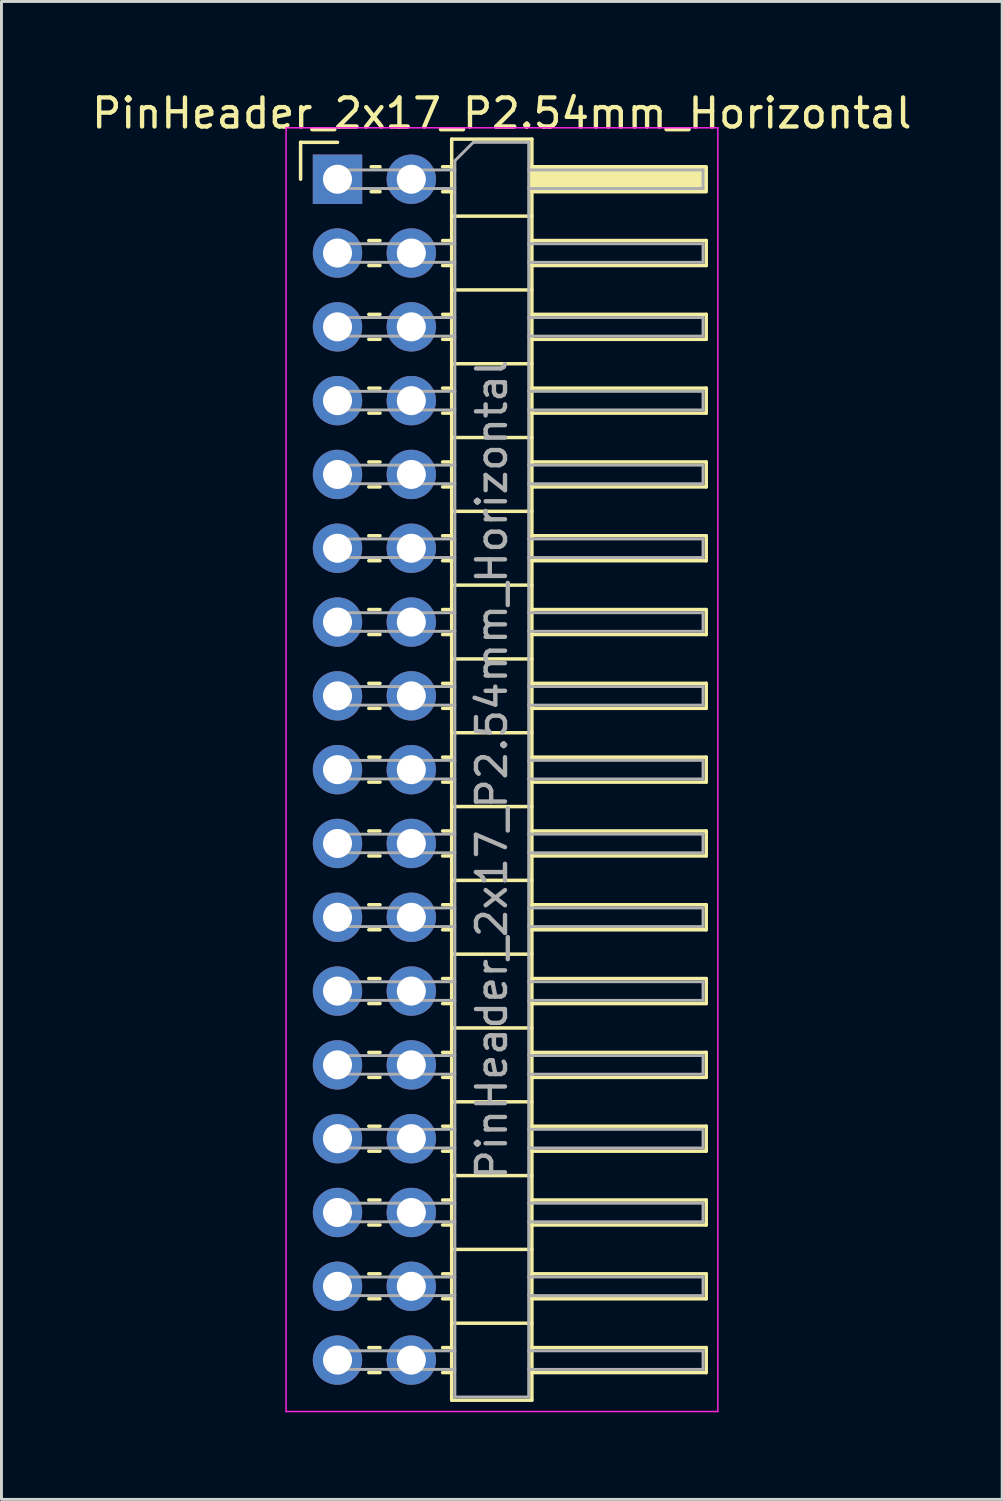
<source format=kicad_pcb>
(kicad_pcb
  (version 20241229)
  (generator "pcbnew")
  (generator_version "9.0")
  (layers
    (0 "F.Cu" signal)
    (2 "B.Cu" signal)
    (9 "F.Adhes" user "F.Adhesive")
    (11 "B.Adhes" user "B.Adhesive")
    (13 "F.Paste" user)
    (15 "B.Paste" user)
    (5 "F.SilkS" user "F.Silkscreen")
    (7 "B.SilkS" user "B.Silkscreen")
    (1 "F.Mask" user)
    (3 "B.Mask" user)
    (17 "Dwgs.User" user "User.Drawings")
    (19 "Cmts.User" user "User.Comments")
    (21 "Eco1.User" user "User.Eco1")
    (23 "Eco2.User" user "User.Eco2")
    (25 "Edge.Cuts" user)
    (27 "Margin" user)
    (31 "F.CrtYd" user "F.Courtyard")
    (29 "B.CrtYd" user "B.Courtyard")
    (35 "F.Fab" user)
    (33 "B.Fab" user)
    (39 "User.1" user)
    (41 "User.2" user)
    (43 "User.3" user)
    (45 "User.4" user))
  (footprint "PinHeader_2x17_P2.54mm_Horizontal"
    (layer "F.Cu")
    (at 8.565 3.118)
    (property "Reference" "PinHeader_2x17_P2.54mm_Horizontal" (at 5.655 -2.27 0) (layer "F.SilkS") (effects (font (size 1 1) (thickness 0.15))))
    (attr through_hole)
    (fp_line (start -1.27 -1.27) (end 0 -1.27) (stroke (width 0.12) (type solid)) (layer "F.SilkS"))
    (fp_line (start -1.27 0) (end -1.27 -1.27) (stroke (width 0.12) (type solid)) (layer "F.SilkS"))
    (fp_line (start 1.077 2.11) (end 1.463 2.11) (stroke (width 0.12) (type solid)) (layer "F.SilkS"))
    (fp_line (start 1.077 2.97) (end 1.463 2.97) (stroke (width 0.12) (type solid)) (layer "F.SilkS"))
    (fp_line (start 1.077 4.65) (end 1.463 4.65) (stroke (width 0.12) (type solid)) (layer "F.SilkS"))
    (fp_line (start 1.077 5.51) (end 1.463 5.51) (stroke (width 0.12) (type solid)) (layer "F.SilkS"))
    (fp_line (start 1.077 7.19) (end 1.463 7.19) (stroke (width 0.12) (type solid)) (layer "F.SilkS"))
    (fp_line (start 1.077 8.05) (end 1.463 8.05) (stroke (width 0.12) (type solid)) (layer "F.SilkS"))
    (fp_line (start 1.077 9.73) (end 1.463 9.73) (stroke (width 0.12) (type solid)) (layer "F.SilkS"))
    (fp_line (start 1.077 10.59) (end 1.463 10.59) (stroke (width 0.12) (type solid)) (layer "F.SilkS"))
    (fp_line (start 1.077 12.27) (end 1.463 12.27) (stroke (width 0.12) (type solid)) (layer "F.SilkS"))
    (fp_line (start 1.077 13.13) (end 1.463 13.13) (stroke (width 0.12) (type solid)) (layer "F.SilkS"))
    (fp_line (start 1.077 14.81) (end 1.463 14.81) (stroke (width 0.12) (type solid)) (layer "F.SilkS"))
    (fp_line (start 1.077 15.67) (end 1.463 15.67) (stroke (width 0.12) (type solid)) (layer "F.SilkS"))
    (fp_line (start 1.077 17.35) (end 1.463 17.35) (stroke (width 0.12) (type solid)) (layer "F.SilkS"))
    (fp_line (start 1.077 18.21) (end 1.463 18.21) (stroke (width 0.12) (type solid)) (layer "F.SilkS"))
    (fp_line (start 1.077 19.89) (end 1.463 19.89) (stroke (width 0.12) (type solid)) (layer "F.SilkS"))
    (fp_line (start 1.077 20.75) (end 1.463 20.75) (stroke (width 0.12) (type solid)) (layer "F.SilkS"))
    (fp_line (start 1.077 22.43) (end 1.463 22.43) (stroke (width 0.12) (type solid)) (layer "F.SilkS"))
    (fp_line (start 1.077 23.29) (end 1.463 23.29) (stroke (width 0.12) (type solid)) (layer "F.SilkS"))
    (fp_line (start 1.077 24.97) (end 1.463 24.97) (stroke (width 0.12) (type solid)) (layer "F.SilkS"))
    (fp_line (start 1.077 25.83) (end 1.463 25.83) (stroke (width 0.12) (type solid)) (layer "F.SilkS"))
    (fp_line (start 1.077 27.51) (end 1.463 27.51) (stroke (width 0.12) (type solid)) (layer "F.SilkS"))
    (fp_line (start 1.077 28.37) (end 1.463 28.37) (stroke (width 0.12) (type solid)) (layer "F.SilkS"))
    (fp_line (start 1.077 30.05) (end 1.463 30.05) (stroke (width 0.12) (type solid)) (layer "F.SilkS"))
    (fp_line (start 1.077 30.91) (end 1.463 30.91) (stroke (width 0.12) (type solid)) (layer "F.SilkS"))
    (fp_line (start 1.077 32.59) (end 1.463 32.59) (stroke (width 0.12) (type solid)) (layer "F.SilkS"))
    (fp_line (start 1.077 33.45) (end 1.463 33.45) (stroke (width 0.12) (type solid)) (layer "F.SilkS"))
    (fp_line (start 1.077 35.13) (end 1.463 35.13) (stroke (width 0.12) (type solid)) (layer "F.SilkS"))
    (fp_line (start 1.077 35.99) (end 1.463 35.99) (stroke (width 0.12) (type solid)) (layer "F.SilkS"))
    (fp_line (start 1.077 37.67) (end 1.463 37.67) (stroke (width 0.12) (type solid)) (layer "F.SilkS"))
    (fp_line (start 1.077 38.53) (end 1.463 38.53) (stroke (width 0.12) (type solid)) (layer "F.SilkS"))
    (fp_line (start 1.077 40.21) (end 1.463 40.21) (stroke (width 0.12) (type solid)) (layer "F.SilkS"))
    (fp_line (start 1.077 41.07) (end 1.463 41.07) (stroke (width 0.12) (type solid)) (layer "F.SilkS"))
    (fp_line (start 1.16 -0.43) (end 1.463 -0.43) (stroke (width 0.12) (type solid)) (layer "F.SilkS"))
    (fp_line (start 1.16 0.43) (end 1.463 0.43) (stroke (width 0.12) (type solid)) (layer "F.SilkS"))
    (fp_line (start 3.617 -0.43) (end 3.93 -0.43) (stroke (width 0.12) (type solid)) (layer "F.SilkS"))
    (fp_line (start 3.617 0.43) (end 3.93 0.43) (stroke (width 0.12) (type solid)) (layer "F.SilkS"))
    (fp_line (start 3.617 2.11) (end 3.93 2.11) (stroke (width 0.12) (type solid)) (layer "F.SilkS"))
    (fp_line (start 3.617 2.97) (end 3.93 2.97) (stroke (width 0.12) (type solid)) (layer "F.SilkS"))
    (fp_line (start 3.617 4.65) (end 3.93 4.65) (stroke (width 0.12) (type solid)) (layer "F.SilkS"))
    (fp_line (start 3.617 5.51) (end 3.93 5.51) (stroke (width 0.12) (type solid)) (layer "F.SilkS"))
    (fp_line (start 3.617 7.19) (end 3.93 7.19) (stroke (width 0.12) (type solid)) (layer "F.SilkS"))
    (fp_line (start 3.617 8.05) (end 3.93 8.05) (stroke (width 0.12) (type solid)) (layer "F.SilkS"))
    (fp_line (start 3.617 9.73) (end 3.93 9.73) (stroke (width 0.12) (type solid)) (layer "F.SilkS"))
    (fp_line (start 3.617 10.59) (end 3.93 10.59) (stroke (width 0.12) (type solid)) (layer "F.SilkS"))
    (fp_line (start 3.617 12.27) (end 3.93 12.27) (stroke (width 0.12) (type solid)) (layer "F.SilkS"))
    (fp_line (start 3.617 13.13) (end 3.93 13.13) (stroke (width 0.12) (type solid)) (layer "F.SilkS"))
    (fp_line (start 3.617 14.81) (end 3.93 14.81) (stroke (width 0.12) (type solid)) (layer "F.SilkS"))
    (fp_line (start 3.617 15.67) (end 3.93 15.67) (stroke (width 0.12) (type solid)) (layer "F.SilkS"))
    (fp_line (start 3.617 17.35) (end 3.93 17.35) (stroke (width 0.12) (type solid)) (layer "F.SilkS"))
    (fp_line (start 3.617 18.21) (end 3.93 18.21) (stroke (width 0.12) (type solid)) (layer "F.SilkS"))
    (fp_line (start 3.617 19.89) (end 3.93 19.89) (stroke (width 0.12) (type solid)) (layer "F.SilkS"))
    (fp_line (start 3.617 20.75) (end 3.93 20.75) (stroke (width 0.12) (type solid)) (layer "F.SilkS"))
    (fp_line (start 3.617 22.43) (end 3.93 22.43) (stroke (width 0.12) (type solid)) (layer "F.SilkS"))
    (fp_line (start 3.617 23.29) (end 3.93 23.29) (stroke (width 0.12) (type solid)) (layer "F.SilkS"))
    (fp_line (start 3.617 24.97) (end 3.93 24.97) (stroke (width 0.12) (type solid)) (layer "F.SilkS"))
    (fp_line (start 3.617 25.83) (end 3.93 25.83) (stroke (width 0.12) (type solid)) (layer "F.SilkS"))
    (fp_line (start 3.617 27.51) (end 3.93 27.51) (stroke (width 0.12) (type solid)) (layer "F.SilkS"))
    (fp_line (start 3.617 28.37) (end 3.93 28.37) (stroke (width 0.12) (type solid)) (layer "F.SilkS"))
    (fp_line (start 3.617 30.05) (end 3.93 30.05) (stroke (width 0.12) (type solid)) (layer "F.SilkS"))
    (fp_line (start 3.617 30.91) (end 3.93 30.91) (stroke (width 0.12) (type solid)) (layer "F.SilkS"))
    (fp_line (start 3.617 32.59) (end 3.93 32.59) (stroke (width 0.12) (type solid)) (layer "F.SilkS"))
    (fp_line (start 3.617 33.45) (end 3.93 33.45) (stroke (width 0.12) (type solid)) (layer "F.SilkS"))
    (fp_line (start 3.617 35.13) (end 3.93 35.13) (stroke (width 0.12) (type solid)) (layer "F.SilkS"))
    (fp_line (start 3.617 35.99) (end 3.93 35.99) (stroke (width 0.12) (type solid)) (layer "F.SilkS"))
    (fp_line (start 3.617 37.67) (end 3.93 37.67) (stroke (width 0.12) (type solid)) (layer "F.SilkS"))
    (fp_line (start 3.617 38.53) (end 3.93 38.53) (stroke (width 0.12) (type solid)) (layer "F.SilkS"))
    (fp_line (start 3.617 40.21) (end 3.93 40.21) (stroke (width 0.12) (type solid)) (layer "F.SilkS"))
    (fp_line (start 3.617 41.07) (end 3.93 41.07) (stroke (width 0.12) (type solid)) (layer "F.SilkS"))
    (fp_line (start 3.93 -1.38) (end 3.93 42.02) (stroke (width 0.12) (type solid)) (layer "F.SilkS"))
    (fp_line (start 3.93 1.27) (end 6.69 1.27) (stroke (width 0.12) (type solid)) (layer "F.SilkS"))
    (fp_line (start 3.93 3.81) (end 6.69 3.81) (stroke (width 0.12) (type solid)) (layer "F.SilkS"))
    (fp_line (start 3.93 6.35) (end 6.69 6.35) (stroke (width 0.12) (type solid)) (layer "F.SilkS"))
    (fp_line (start 3.93 8.89) (end 6.69 8.89) (stroke (width 0.12) (type solid)) (layer "F.SilkS"))
    (fp_line (start 3.93 11.43) (end 6.69 11.43) (stroke (width 0.12) (type solid)) (layer "F.SilkS"))
    (fp_line (start 3.93 13.97) (end 6.69 13.97) (stroke (width 0.12) (type solid)) (layer "F.SilkS"))
    (fp_line (start 3.93 16.51) (end 6.69 16.51) (stroke (width 0.12) (type solid)) (layer "F.SilkS"))
    (fp_line (start 3.93 19.05) (end 6.69 19.05) (stroke (width 0.12) (type solid)) (layer "F.SilkS"))
    (fp_line (start 3.93 21.59) (end 6.69 21.59) (stroke (width 0.12) (type solid)) (layer "F.SilkS"))
    (fp_line (start 3.93 24.13) (end 6.69 24.13) (stroke (width 0.12) (type solid)) (layer "F.SilkS"))
    (fp_line (start 3.93 26.67) (end 6.69 26.67) (stroke (width 0.12) (type solid)) (layer "F.SilkS"))
    (fp_line (start 3.93 29.21) (end 6.69 29.21) (stroke (width 0.12) (type solid)) (layer "F.SilkS"))
    (fp_line (start 3.93 31.75) (end 6.69 31.75) (stroke (width 0.12) (type solid)) (layer "F.SilkS"))
    (fp_line (start 3.93 34.29) (end 6.69 34.29) (stroke (width 0.12) (type solid)) (layer "F.SilkS"))
    (fp_line (start 3.93 36.83) (end 6.69 36.83) (stroke (width 0.12) (type solid)) (layer "F.SilkS"))
    (fp_line (start 3.93 39.37) (end 6.69 39.37) (stroke (width 0.12) (type solid)) (layer "F.SilkS"))
    (fp_line (start 3.93 42.02) (end 6.69 42.02) (stroke (width 0.12) (type solid)) (layer "F.SilkS"))
    (fp_line (start 6.69 -1.38) (end 3.93 -1.38) (stroke (width 0.12) (type solid)) (layer "F.SilkS"))
    (fp_line (start 6.69 2.11) (end 12.69 2.11) (stroke (width 0.12) (type solid)) (layer "F.SilkS"))
    (fp_line (start 6.69 4.65) (end 12.69 4.65) (stroke (width 0.12) (type solid)) (layer "F.SilkS"))
    (fp_line (start 6.69 7.19) (end 12.69 7.19) (stroke (width 0.12) (type solid)) (layer "F.SilkS"))
    (fp_line (start 6.69 9.73) (end 12.69 9.73) (stroke (width 0.12) (type solid)) (layer "F.SilkS"))
    (fp_line (start 6.69 12.27) (end 12.69 12.27) (stroke (width 0.12) (type solid)) (layer "F.SilkS"))
    (fp_line (start 6.69 14.81) (end 12.69 14.81) (stroke (width 0.12) (type solid)) (layer "F.SilkS"))
    (fp_line (start 6.69 17.35) (end 12.69 17.35) (stroke (width 0.12) (type solid)) (layer "F.SilkS"))
    (fp_line (start 6.69 19.89) (end 12.69 19.89) (stroke (width 0.12) (type solid)) (layer "F.SilkS"))
    (fp_line (start 6.69 22.43) (end 12.69 22.43) (stroke (width 0.12) (type solid)) (layer "F.SilkS"))
    (fp_line (start 6.69 24.97) (end 12.69 24.97) (stroke (width 0.12) (type solid)) (layer "F.SilkS"))
    (fp_line (start 6.69 27.51) (end 12.69 27.51) (stroke (width 0.12) (type solid)) (layer "F.SilkS"))
    (fp_line (start 6.69 30.05) (end 12.69 30.05) (stroke (width 0.12) (type solid)) (layer "F.SilkS"))
    (fp_line (start 6.69 32.59) (end 12.69 32.59) (stroke (width 0.12) (type solid)) (layer "F.SilkS"))
    (fp_line (start 6.69 35.13) (end 12.69 35.13) (stroke (width 0.12) (type solid)) (layer "F.SilkS"))
    (fp_line (start 6.69 37.67) (end 12.69 37.67) (stroke (width 0.12) (type solid)) (layer "F.SilkS"))
    (fp_line (start 6.69 40.21) (end 12.69 40.21) (stroke (width 0.12) (type solid)) (layer "F.SilkS"))
    (fp_line (start 6.69 42.02) (end 6.69 -1.38) (stroke (width 0.12) (type solid)) (layer "F.SilkS"))
    (fp_line (start 12.69 2.11) (end 12.69 2.97) (stroke (width 0.12) (type solid)) (layer "F.SilkS"))
    (fp_line (start 12.69 2.97) (end 6.69 2.97) (stroke (width 0.12) (type solid)) (layer "F.SilkS"))
    (fp_line (start 12.69 4.65) (end 12.69 5.51) (stroke (width 0.12) (type solid)) (layer "F.SilkS"))
    (fp_line (start 12.69 5.51) (end 6.69 5.51) (stroke (width 0.12) (type solid)) (layer "F.SilkS"))
    (fp_line (start 12.69 7.19) (end 12.69 8.05) (stroke (width 0.12) (type solid)) (layer "F.SilkS"))
    (fp_line (start 12.69 8.05) (end 6.69 8.05) (stroke (width 0.12) (type solid)) (layer "F.SilkS"))
    (fp_line (start 12.69 9.73) (end 12.69 10.59) (stroke (width 0.12) (type solid)) (layer "F.SilkS"))
    (fp_line (start 12.69 10.59) (end 6.69 10.59) (stroke (width 0.12) (type solid)) (layer "F.SilkS"))
    (fp_line (start 12.69 12.27) (end 12.69 13.13) (stroke (width 0.12) (type solid)) (layer "F.SilkS"))
    (fp_line (start 12.69 13.13) (end 6.69 13.13) (stroke (width 0.12) (type solid)) (layer "F.SilkS"))
    (fp_line (start 12.69 14.81) (end 12.69 15.67) (stroke (width 0.12) (type solid)) (layer "F.SilkS"))
    (fp_line (start 12.69 15.67) (end 6.69 15.67) (stroke (width 0.12) (type solid)) (layer "F.SilkS"))
    (fp_line (start 12.69 17.35) (end 12.69 18.21) (stroke (width 0.12) (type solid)) (layer "F.SilkS"))
    (fp_line (start 12.69 18.21) (end 6.69 18.21) (stroke (width 0.12) (type solid)) (layer "F.SilkS"))
    (fp_line (start 12.69 19.89) (end 12.69 20.75) (stroke (width 0.12) (type solid)) (layer "F.SilkS"))
    (fp_line (start 12.69 20.75) (end 6.69 20.75) (stroke (width 0.12) (type solid)) (layer "F.SilkS"))
    (fp_line (start 12.69 22.43) (end 12.69 23.29) (stroke (width 0.12) (type solid)) (layer "F.SilkS"))
    (fp_line (start 12.69 23.29) (end 6.69 23.29) (stroke (width 0.12) (type solid)) (layer "F.SilkS"))
    (fp_line (start 12.69 24.97) (end 12.69 25.83) (stroke (width 0.12) (type solid)) (layer "F.SilkS"))
    (fp_line (start 12.69 25.83) (end 6.69 25.83) (stroke (width 0.12) (type solid)) (layer "F.SilkS"))
    (fp_line (start 12.69 27.51) (end 12.69 28.37) (stroke (width 0.12) (type solid)) (layer "F.SilkS"))
    (fp_line (start 12.69 28.37) (end 6.69 28.37) (stroke (width 0.12) (type solid)) (layer "F.SilkS"))
    (fp_line (start 12.69 30.05) (end 12.69 30.91) (stroke (width 0.12) (type solid)) (layer "F.SilkS"))
    (fp_line (start 12.69 30.91) (end 6.69 30.91) (stroke (width 0.12) (type solid)) (layer "F.SilkS"))
    (fp_line (start 12.69 32.59) (end 12.69 33.45) (stroke (width 0.12) (type solid)) (layer "F.SilkS"))
    (fp_line (start 12.69 33.45) (end 6.69 33.45) (stroke (width 0.12) (type solid)) (layer "F.SilkS"))
    (fp_line (start 12.69 35.13) (end 12.69 35.99) (stroke (width 0.12) (type solid)) (layer "F.SilkS"))
    (fp_line (start 12.69 35.99) (end 6.69 35.99) (stroke (width 0.12) (type solid)) (layer "F.SilkS"))
    (fp_line (start 12.69 37.67) (end 12.69 38.53) (stroke (width 0.12) (type solid)) (layer "F.SilkS"))
    (fp_line (start 12.69 38.53) (end 6.69 38.53) (stroke (width 0.12) (type solid)) (layer "F.SilkS"))
    (fp_line (start 12.69 40.21) (end 12.69 41.07) (stroke (width 0.12) (type solid)) (layer "F.SilkS"))
    (fp_line (start 12.69 41.07) (end 6.69 41.07) (stroke (width 0.12) (type solid)) (layer "F.SilkS"))
    (fp_rect (start 6.69 -0.43) (end 12.69 0.43) (stroke (width 0.12) (type solid)) (fill yes) (layer "F.SilkS"))
    (fp_line (start -1.77 -1.77) (end -1.77 42.41) (stroke (width 0.05) (type solid)) (layer "F.CrtYd"))
    (fp_line (start -1.77 42.41) (end 13.09 42.41) (stroke (width 0.05) (type solid)) (layer "F.CrtYd"))
    (fp_line (start 13.09 -1.77) (end -1.77 -1.77) (stroke (width 0.05) (type solid)) (layer "F.CrtYd"))
    (fp_line (start 13.09 42.41) (end 13.09 -1.77) (stroke (width 0.05) (type solid)) (layer "F.CrtYd"))
    (fp_line (start -0.32 -0.32) (end -0.32 0.32) (stroke (width 0.1) (type solid)) (layer "F.Fab"))
    (fp_line (start -0.32 -0.32) (end 4.04 -0.32) (stroke (width 0.1) (type solid)) (layer "F.Fab"))
    (fp_line (start -0.32 0.32) (end 4.04 0.32) (stroke (width 0.1) (type solid)) (layer "F.Fab"))
    (fp_line (start -0.32 2.22) (end -0.32 2.86) (stroke (width 0.1) (type solid)) (layer "F.Fab"))
    (fp_line (start -0.32 2.22) (end 4.04 2.22) (stroke (width 0.1) (type solid)) (layer "F.Fab"))
    (fp_line (start -0.32 2.86) (end 4.04 2.86) (stroke (width 0.1) (type solid)) (layer "F.Fab"))
    (fp_line (start -0.32 4.76) (end -0.32 5.4) (stroke (width 0.1) (type solid)) (layer "F.Fab"))
    (fp_line (start -0.32 4.76) (end 4.04 4.76) (stroke (width 0.1) (type solid)) (layer "F.Fab"))
    (fp_line (start -0.32 5.4) (end 4.04 5.4) (stroke (width 0.1) (type solid)) (layer "F.Fab"))
    (fp_line (start -0.32 7.3) (end -0.32 7.94) (stroke (width 0.1) (type solid)) (layer "F.Fab"))
    (fp_line (start -0.32 7.3) (end 4.04 7.3) (stroke (width 0.1) (type solid)) (layer "F.Fab"))
    (fp_line (start -0.32 7.94) (end 4.04 7.94) (stroke (width 0.1) (type solid)) (layer "F.Fab"))
    (fp_line (start -0.32 9.84) (end -0.32 10.48) (stroke (width 0.1) (type solid)) (layer "F.Fab"))
    (fp_line (start -0.32 9.84) (end 4.04 9.84) (stroke (width 0.1) (type solid)) (layer "F.Fab"))
    (fp_line (start -0.32 10.48) (end 4.04 10.48) (stroke (width 0.1) (type solid)) (layer "F.Fab"))
    (fp_line (start -0.32 12.38) (end -0.32 13.02) (stroke (width 0.1) (type solid)) (layer "F.Fab"))
    (fp_line (start -0.32 12.38) (end 4.04 12.38) (stroke (width 0.1) (type solid)) (layer "F.Fab"))
    (fp_line (start -0.32 13.02) (end 4.04 13.02) (stroke (width 0.1) (type solid)) (layer "F.Fab"))
    (fp_line (start -0.32 14.92) (end -0.32 15.56) (stroke (width 0.1) (type solid)) (layer "F.Fab"))
    (fp_line (start -0.32 14.92) (end 4.04 14.92) (stroke (width 0.1) (type solid)) (layer "F.Fab"))
    (fp_line (start -0.32 15.56) (end 4.04 15.56) (stroke (width 0.1) (type solid)) (layer "F.Fab"))
    (fp_line (start -0.32 17.46) (end -0.32 18.1) (stroke (width 0.1) (type solid)) (layer "F.Fab"))
    (fp_line (start -0.32 17.46) (end 4.04 17.46) (stroke (width 0.1) (type solid)) (layer "F.Fab"))
    (fp_line (start -0.32 18.1) (end 4.04 18.1) (stroke (width 0.1) (type solid)) (layer "F.Fab"))
    (fp_line (start -0.32 20) (end -0.32 20.64) (stroke (width 0.1) (type solid)) (layer "F.Fab"))
    (fp_line (start -0.32 20) (end 4.04 20) (stroke (width 0.1) (type solid)) (layer "F.Fab"))
    (fp_line (start -0.32 20.64) (end 4.04 20.64) (stroke (width 0.1) (type solid)) (layer "F.Fab"))
    (fp_line (start -0.32 22.54) (end -0.32 23.18) (stroke (width 0.1) (type solid)) (layer "F.Fab"))
    (fp_line (start -0.32 22.54) (end 4.04 22.54) (stroke (width 0.1) (type solid)) (layer "F.Fab"))
    (fp_line (start -0.32 23.18) (end 4.04 23.18) (stroke (width 0.1) (type solid)) (layer "F.Fab"))
    (fp_line (start -0.32 25.08) (end -0.32 25.72) (stroke (width 0.1) (type solid)) (layer "F.Fab"))
    (fp_line (start -0.32 25.08) (end 4.04 25.08) (stroke (width 0.1) (type solid)) (layer "F.Fab"))
    (fp_line (start -0.32 25.72) (end 4.04 25.72) (stroke (width 0.1) (type solid)) (layer "F.Fab"))
    (fp_line (start -0.32 27.62) (end -0.32 28.26) (stroke (width 0.1) (type solid)) (layer "F.Fab"))
    (fp_line (start -0.32 27.62) (end 4.04 27.62) (stroke (width 0.1) (type solid)) (layer "F.Fab"))
    (fp_line (start -0.32 28.26) (end 4.04 28.26) (stroke (width 0.1) (type solid)) (layer "F.Fab"))
    (fp_line (start -0.32 30.16) (end -0.32 30.8) (stroke (width 0.1) (type solid)) (layer "F.Fab"))
    (fp_line (start -0.32 30.16) (end 4.04 30.16) (stroke (width 0.1) (type solid)) (layer "F.Fab"))
    (fp_line (start -0.32 30.8) (end 4.04 30.8) (stroke (width 0.1) (type solid)) (layer "F.Fab"))
    (fp_line (start -0.32 32.7) (end -0.32 33.34) (stroke (width 0.1) (type solid)) (layer "F.Fab"))
    (fp_line (start -0.32 32.7) (end 4.04 32.7) (stroke (width 0.1) (type solid)) (layer "F.Fab"))
    (fp_line (start -0.32 33.34) (end 4.04 33.34) (stroke (width 0.1) (type solid)) (layer "F.Fab"))
    (fp_line (start -0.32 35.24) (end -0.32 35.88) (stroke (width 0.1) (type solid)) (layer "F.Fab"))
    (fp_line (start -0.32 35.24) (end 4.04 35.24) (stroke (width 0.1) (type solid)) (layer "F.Fab"))
    (fp_line (start -0.32 35.88) (end 4.04 35.88) (stroke (width 0.1) (type solid)) (layer "F.Fab"))
    (fp_line (start -0.32 37.78) (end -0.32 38.42) (stroke (width 0.1) (type solid)) (layer "F.Fab"))
    (fp_line (start -0.32 37.78) (end 4.04 37.78) (stroke (width 0.1) (type solid)) (layer "F.Fab"))
    (fp_line (start -0.32 38.42) (end 4.04 38.42) (stroke (width 0.1) (type solid)) (layer "F.Fab"))
    (fp_line (start -0.32 40.32) (end -0.32 40.96) (stroke (width 0.1) (type solid)) (layer "F.Fab"))
    (fp_line (start -0.32 40.32) (end 4.04 40.32) (stroke (width 0.1) (type solid)) (layer "F.Fab"))
    (fp_line (start -0.32 40.96) (end 4.04 40.96) (stroke (width 0.1) (type solid)) (layer "F.Fab"))
    (fp_line (start 4.04 -0.635) (end 4.675 -1.27) (stroke (width 0.1) (type solid)) (layer "F.Fab"))
    (fp_line (start 4.04 41.91) (end 4.04 -0.635) (stroke (width 0.1) (type solid)) (layer "F.Fab"))
    (fp_line (start 4.675 -1.27) (end 6.58 -1.27) (stroke (width 0.1) (type solid)) (layer "F.Fab"))
    (fp_line (start 6.58 -1.27) (end 6.58 41.91) (stroke (width 0.1) (type solid)) (layer "F.Fab"))
    (fp_line (start 6.58 -0.32) (end 12.58 -0.32) (stroke (width 0.1) (type solid)) (layer "F.Fab"))
    (fp_line (start 6.58 0.32) (end 12.58 0.32) (stroke (width 0.1) (type solid)) (layer "F.Fab"))
    (fp_line (start 6.58 2.22) (end 12.58 2.22) (stroke (width 0.1) (type solid)) (layer "F.Fab"))
    (fp_line (start 6.58 2.86) (end 12.58 2.86) (stroke (width 0.1) (type solid)) (layer "F.Fab"))
    (fp_line (start 6.58 4.76) (end 12.58 4.76) (stroke (width 0.1) (type solid)) (layer "F.Fab"))
    (fp_line (start 6.58 5.4) (end 12.58 5.4) (stroke (width 0.1) (type solid)) (layer "F.Fab"))
    (fp_line (start 6.58 7.3) (end 12.58 7.3) (stroke (width 0.1) (type solid)) (layer "F.Fab"))
    (fp_line (start 6.58 7.94) (end 12.58 7.94) (stroke (width 0.1) (type solid)) (layer "F.Fab"))
    (fp_line (start 6.58 9.84) (end 12.58 9.84) (stroke (width 0.1) (type solid)) (layer "F.Fab"))
    (fp_line (start 6.58 10.48) (end 12.58 10.48) (stroke (width 0.1) (type solid)) (layer "F.Fab"))
    (fp_line (start 6.58 12.38) (end 12.58 12.38) (stroke (width 0.1) (type solid)) (layer "F.Fab"))
    (fp_line (start 6.58 13.02) (end 12.58 13.02) (stroke (width 0.1) (type solid)) (layer "F.Fab"))
    (fp_line (start 6.58 14.92) (end 12.58 14.92) (stroke (width 0.1) (type solid)) (layer "F.Fab"))
    (fp_line (start 6.58 15.56) (end 12.58 15.56) (stroke (width 0.1) (type solid)) (layer "F.Fab"))
    (fp_line (start 6.58 17.46) (end 12.58 17.46) (stroke (width 0.1) (type solid)) (layer "F.Fab"))
    (fp_line (start 6.58 18.1) (end 12.58 18.1) (stroke (width 0.1) (type solid)) (layer "F.Fab"))
    (fp_line (start 6.58 20) (end 12.58 20) (stroke (width 0.1) (type solid)) (layer "F.Fab"))
    (fp_line (start 6.58 20.64) (end 12.58 20.64) (stroke (width 0.1) (type solid)) (layer "F.Fab"))
    (fp_line (start 6.58 22.54) (end 12.58 22.54) (stroke (width 0.1) (type solid)) (layer "F.Fab"))
    (fp_line (start 6.58 23.18) (end 12.58 23.18) (stroke (width 0.1) (type solid)) (layer "F.Fab"))
    (fp_line (start 6.58 25.08) (end 12.58 25.08) (stroke (width 0.1) (type solid)) (layer "F.Fab"))
    (fp_line (start 6.58 25.72) (end 12.58 25.72) (stroke (width 0.1) (type solid)) (layer "F.Fab"))
    (fp_line (start 6.58 27.62) (end 12.58 27.62) (stroke (width 0.1) (type solid)) (layer "F.Fab"))
    (fp_line (start 6.58 28.26) (end 12.58 28.26) (stroke (width 0.1) (type solid)) (layer "F.Fab"))
    (fp_line (start 6.58 30.16) (end 12.58 30.16) (stroke (width 0.1) (type solid)) (layer "F.Fab"))
    (fp_line (start 6.58 30.8) (end 12.58 30.8) (stroke (width 0.1) (type solid)) (layer "F.Fab"))
    (fp_line (start 6.58 32.7) (end 12.58 32.7) (stroke (width 0.1) (type solid)) (layer "F.Fab"))
    (fp_line (start 6.58 33.34) (end 12.58 33.34) (stroke (width 0.1) (type solid)) (layer "F.Fab"))
    (fp_line (start 6.58 35.24) (end 12.58 35.24) (stroke (width 0.1) (type solid)) (layer "F.Fab"))
    (fp_line (start 6.58 35.88) (end 12.58 35.88) (stroke (width 0.1) (type solid)) (layer "F.Fab"))
    (fp_line (start 6.58 37.78) (end 12.58 37.78) (stroke (width 0.1) (type solid)) (layer "F.Fab"))
    (fp_line (start 6.58 38.42) (end 12.58 38.42) (stroke (width 0.1) (type solid)) (layer "F.Fab"))
    (fp_line (start 6.58 40.32) (end 12.58 40.32) (stroke (width 0.1) (type solid)) (layer "F.Fab"))
    (fp_line (start 6.58 40.96) (end 12.58 40.96) (stroke (width 0.1) (type solid)) (layer "F.Fab"))
    (fp_line (start 6.58 41.91) (end 4.04 41.91) (stroke (width 0.1) (type solid)) (layer "F.Fab"))
    (fp_line (start 12.58 -0.32) (end 12.58 0.32) (stroke (width 0.1) (type solid)) (layer "F.Fab"))
    (fp_line (start 12.58 2.22) (end 12.58 2.86) (stroke (width 0.1) (type solid)) (layer "F.Fab"))
    (fp_line (start 12.58 4.76) (end 12.58 5.4) (stroke (width 0.1) (type solid)) (layer "F.Fab"))
    (fp_line (start 12.58 7.3) (end 12.58 7.94) (stroke (width 0.1) (type solid)) (layer "F.Fab"))
    (fp_line (start 12.58 9.84) (end 12.58 10.48) (stroke (width 0.1) (type solid)) (layer "F.Fab"))
    (fp_line (start 12.58 12.38) (end 12.58 13.02) (stroke (width 0.1) (type solid)) (layer "F.Fab"))
    (fp_line (start 12.58 14.92) (end 12.58 15.56) (stroke (width 0.1) (type solid)) (layer "F.Fab"))
    (fp_line (start 12.58 17.46) (end 12.58 18.1) (stroke (width 0.1) (type solid)) (layer "F.Fab"))
    (fp_line (start 12.58 20) (end 12.58 20.64) (stroke (width 0.1) (type solid)) (layer "F.Fab"))
    (fp_line (start 12.58 22.54) (end 12.58 23.18) (stroke (width 0.1) (type solid)) (layer "F.Fab"))
    (fp_line (start 12.58 25.08) (end 12.58 25.72) (stroke (width 0.1) (type solid)) (layer "F.Fab"))
    (fp_line (start 12.58 27.62) (end 12.58 28.26) (stroke (width 0.1) (type solid)) (layer "F.Fab"))
    (fp_line (start 12.58 30.16) (end 12.58 30.8) (stroke (width 0.1) (type solid)) (layer "F.Fab"))
    (fp_line (start 12.58 32.7) (end 12.58 33.34) (stroke (width 0.1) (type solid)) (layer "F.Fab"))
    (fp_line (start 12.58 35.24) (end 12.58 35.88) (stroke (width 0.1) (type solid)) (layer "F.Fab"))
    (fp_line (start 12.58 37.78) (end 12.58 38.42) (stroke (width 0.1) (type solid)) (layer "F.Fab"))
    (fp_line (start 12.58 40.32) (end 12.58 40.96) (stroke (width 0.1) (type solid)) (layer "F.Fab"))
    (fp_text user "${REFERENCE}" (at 5.31 20.32 90) (layer "F.Fab") (effects (font (size 1 1) (thickness 0.15))))
    (pad "1" thru_hole rect (at 0 0) (size 1.7 1.7) (drill 1) (layers "*.Cu" "*.Mask"))
    (pad "2" thru_hole circle (at 2.54 0) (size 1.7 1.7) (drill 1) (layers "*.Cu" "*.Mask"))
    (pad "3" thru_hole circle (at 0 2.54) (size 1.7 1.7) (drill 1) (layers "*.Cu" "*.Mask"))
    (pad "4" thru_hole circle (at 2.54 2.54) (size 1.7 1.7) (drill 1) (layers "*.Cu" "*.Mask"))
    (pad "5" thru_hole circle (at 0 5.08) (size 1.7 1.7) (drill 1) (layers "*.Cu" "*.Mask"))
    (pad "6" thru_hole circle (at 2.54 5.08) (size 1.7 1.7) (drill 1) (layers "*.Cu" "*.Mask"))
    (pad "7" thru_hole circle (at 0 7.62) (size 1.7 1.7) (drill 1) (layers "*.Cu" "*.Mask"))
    (pad "8" thru_hole circle (at 2.54 7.62) (size 1.7 1.7) (drill 1) (layers "*.Cu" "*.Mask"))
    (pad "9" thru_hole circle (at 0 10.16) (size 1.7 1.7) (drill 1) (layers "*.Cu" "*.Mask"))
    (pad "10" thru_hole circle (at 2.54 10.16) (size 1.7 1.7) (drill 1) (layers "*.Cu" "*.Mask"))
    (pad "11" thru_hole circle (at 0 12.7) (size 1.7 1.7) (drill 1) (layers "*.Cu" "*.Mask"))
    (pad "12" thru_hole circle (at 2.54 12.7) (size 1.7 1.7) (drill 1) (layers "*.Cu" "*.Mask"))
    (pad "13" thru_hole circle (at 0 15.24) (size 1.7 1.7) (drill 1) (layers "*.Cu" "*.Mask"))
    (pad "14" thru_hole circle (at 2.54 15.24) (size 1.7 1.7) (drill 1) (layers "*.Cu" "*.Mask"))
    (pad "15" thru_hole circle (at 0 17.78) (size 1.7 1.7) (drill 1) (layers "*.Cu" "*.Mask"))
    (pad "16" thru_hole circle (at 2.54 17.78) (size 1.7 1.7) (drill 1) (layers "*.Cu" "*.Mask"))
    (pad "17" thru_hole circle (at 0 20.32) (size 1.7 1.7) (drill 1) (layers "*.Cu" "*.Mask"))
    (pad "18" thru_hole circle (at 2.54 20.32) (size 1.7 1.7) (drill 1) (layers "*.Cu" "*.Mask"))
    (pad "19" thru_hole circle (at 0 22.86) (size 1.7 1.7) (drill 1) (layers "*.Cu" "*.Mask"))
    (pad "20" thru_hole circle (at 2.54 22.86) (size 1.7 1.7) (drill 1) (layers "*.Cu" "*.Mask"))
    (pad "21" thru_hole circle (at 0 25.4) (size 1.7 1.7) (drill 1) (layers "*.Cu" "*.Mask"))
    (pad "22" thru_hole circle (at 2.54 25.4) (size 1.7 1.7) (drill 1) (layers "*.Cu" "*.Mask"))
    (pad "23" thru_hole circle (at 0 27.94) (size 1.7 1.7) (drill 1) (layers "*.Cu" "*.Mask"))
    (pad "24" thru_hole circle (at 2.54 27.94) (size 1.7 1.7) (drill 1) (layers "*.Cu" "*.Mask"))
    (pad "25" thru_hole circle (at 0 30.48) (size 1.7 1.7) (drill 1) (layers "*.Cu" "*.Mask"))
    (pad "26" thru_hole circle (at 2.54 30.48) (size 1.7 1.7) (drill 1) (layers "*.Cu" "*.Mask"))
    (pad "27" thru_hole circle (at 0 33.02) (size 1.7 1.7) (drill 1) (layers "*.Cu" "*.Mask"))
    (pad "28" thru_hole circle (at 2.54 33.02) (size 1.7 1.7) (drill 1) (layers "*.Cu" "*.Mask"))
    (pad "29" thru_hole circle (at 0 35.56) (size 1.7 1.7) (drill 1) (layers "*.Cu" "*.Mask"))
    (pad "30" thru_hole circle (at 2.54 35.56) (size 1.7 1.7) (drill 1) (layers "*.Cu" "*.Mask"))
    (pad "31" thru_hole circle (at 0 38.1) (size 1.7 1.7) (drill 1) (layers "*.Cu" "*.Mask"))
    (pad "32" thru_hole circle (at 2.54 38.1) (size 1.7 1.7) (drill 1) (layers "*.Cu" "*.Mask"))
    (pad "33" thru_hole circle (at 0 40.64) (size 1.7 1.7) (drill 1) (layers "*.Cu" "*.Mask"))
    (pad "34" thru_hole circle (at 2.54 40.64) (size 1.7 1.7) (drill 1) (layers "*.Cu" "*.Mask")))
  (gr_rect
    (start -3 -3)
    (end 31.44 48.553)
    (stroke (width 0.1) (type default))
    (fill no)
    (layer "Edge.Cuts")))
</source>
